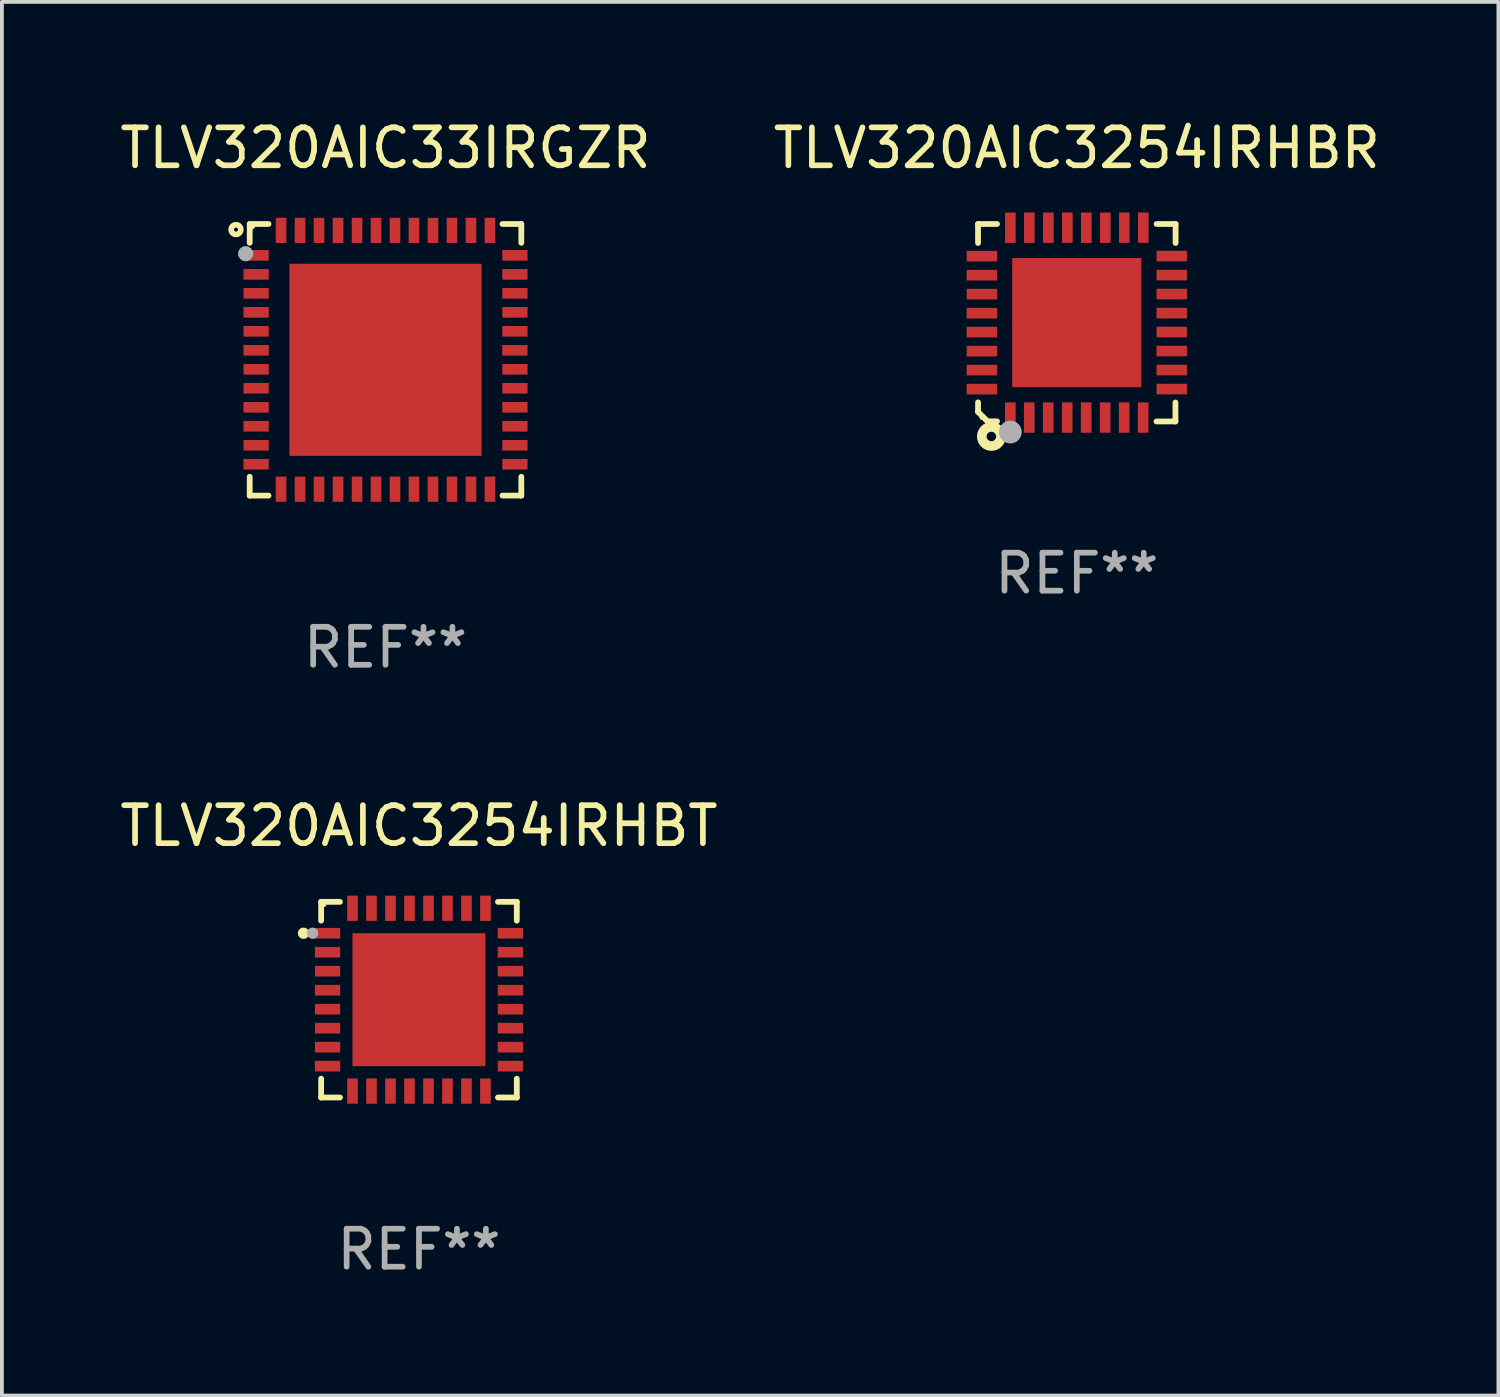
<source format=kicad_pcb>
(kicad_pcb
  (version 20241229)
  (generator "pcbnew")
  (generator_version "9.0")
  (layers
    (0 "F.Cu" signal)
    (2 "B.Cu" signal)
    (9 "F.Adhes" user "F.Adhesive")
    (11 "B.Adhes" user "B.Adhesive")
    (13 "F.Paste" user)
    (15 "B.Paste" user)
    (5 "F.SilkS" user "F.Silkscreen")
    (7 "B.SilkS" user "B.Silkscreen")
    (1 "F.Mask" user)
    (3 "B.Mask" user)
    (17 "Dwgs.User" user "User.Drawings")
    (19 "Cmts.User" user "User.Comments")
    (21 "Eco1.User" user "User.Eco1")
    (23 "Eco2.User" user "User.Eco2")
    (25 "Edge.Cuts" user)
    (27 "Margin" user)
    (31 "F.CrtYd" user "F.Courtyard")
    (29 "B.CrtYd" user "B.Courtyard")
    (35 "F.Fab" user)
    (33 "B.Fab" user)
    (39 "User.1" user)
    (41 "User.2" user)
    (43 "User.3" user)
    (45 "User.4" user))
  (footprint "TLV320AIC3254IRHBT"
    (layer "F.Cu")
    (at 7.982 23.273)
    (property "Reference" "TLV320AIC3254IRHBT" (at 0 -4.576 0) (layer "F.SilkS") (effects (font (size 1 1) (thickness 0.15))))
    (attr through_hole)
    (fp_line (start -2.576 -2.576) (end -2.576 -2.08) (stroke (width 0.152) (type solid)) (layer "F.SilkS"))
    (fp_line (start -2.576 2.576) (end -2.576 2.08) (stroke (width 0.152) (type solid)) (layer "F.SilkS"))
    (fp_line (start -2.08 -2.576) (end -2.576 -2.576) (stroke (width 0.152) (type solid)) (layer "F.SilkS"))
    (fp_line (start -2.08 2.576) (end -2.576 2.576) (stroke (width 0.152) (type solid)) (layer "F.SilkS"))
    (fp_line (start 2.08 -2.576) (end 2.576 -2.576) (stroke (width 0.152) (type solid)) (layer "F.SilkS"))
    (fp_line (start 2.08 2.576) (end 2.576 2.576) (stroke (width 0.152) (type solid)) (layer "F.SilkS"))
    (fp_line (start 2.576 -2.576) (end 2.576 -2.08) (stroke (width 0.152) (type solid)) (layer "F.SilkS"))
    (fp_line (start 2.576 2.576) (end 2.576 2.08) (stroke (width 0.152) (type solid)) (layer "F.SilkS"))
    (fp_circle (center -3.04 -1.75) (end -2.965 -1.75) (stroke (width 0.15) (type solid)) (fill no) (layer "F.SilkS"))
    (fp_circle (center -2.5 -2.5) (end -2.47 -2.5) (stroke (width 0.06) (type solid)) (fill no) (layer "F.SilkS"))
    (fp_circle (center -2.8 -1.75) (end -2.725 -1.75) (stroke (width 0.15) (type solid)) (fill no) (layer "F.Fab"))
    (fp_text user "REF**" (at 0 6.576 0) (layer "F.Fab") (effects (font (size 1 1) (thickness 0.15))))
    (pad "1" smd rect (at -2.407 -1.75) (size 0.665 0.28) (layers "F.Cu" "F.Mask" "F.Paste"))
    (pad "2" smd rect (at -2.407 -1.25) (size 0.665 0.28) (layers "F.Cu" "F.Mask" "F.Paste"))
    (pad "3" smd rect (at -2.407 -0.75) (size 0.665 0.28) (layers "F.Cu" "F.Mask" "F.Paste"))
    (pad "4" smd rect (at -2.407 -0.25) (size 0.665 0.28) (layers "F.Cu" "F.Mask" "F.Paste"))
    (pad "5" smd rect (at -2.407 0.25) (size 0.665 0.28) (layers "F.Cu" "F.Mask" "F.Paste"))
    (pad "6" smd rect (at -2.407 0.75) (size 0.665 0.28) (layers "F.Cu" "F.Mask" "F.Paste"))
    (pad "7" smd rect (at -2.407 1.25) (size 0.665 0.28) (layers "F.Cu" "F.Mask" "F.Paste"))
    (pad "8" smd rect (at -2.407 1.75) (size 0.665 0.28) (layers "F.Cu" "F.Mask" "F.Paste"))
    (pad "9" smd rect (at -1.75 2.407) (size 0.28 0.665) (layers "F.Cu" "F.Mask" "F.Paste"))
    (pad "10" smd rect (at -1.25 2.407) (size 0.28 0.665) (layers "F.Cu" "F.Mask" "F.Paste"))
    (pad "11" smd rect (at -0.75 2.407) (size 0.28 0.665) (layers "F.Cu" "F.Mask" "F.Paste"))
    (pad "12" smd rect (at -0.25 2.407) (size 0.28 0.665) (layers "F.Cu" "F.Mask" "F.Paste"))
    (pad "13" smd rect (at 0.25 2.407) (size 0.28 0.665) (layers "F.Cu" "F.Mask" "F.Paste"))
    (pad "14" smd rect (at 0.75 2.407) (size 0.28 0.665) (layers "F.Cu" "F.Mask" "F.Paste"))
    (pad "15" smd rect (at 1.25 2.407) (size 0.28 0.665) (layers "F.Cu" "F.Mask" "F.Paste"))
    (pad "16" smd rect (at 1.75 2.407) (size 0.28 0.665) (layers "F.Cu" "F.Mask" "F.Paste"))
    (pad "17" smd rect (at 2.407 1.75) (size 0.665 0.28) (layers "F.Cu" "F.Mask" "F.Paste"))
    (pad "18" smd rect (at 2.407 1.25) (size 0.665 0.28) (layers "F.Cu" "F.Mask" "F.Paste"))
    (pad "19" smd rect (at 2.407 0.75) (size 0.665 0.28) (layers "F.Cu" "F.Mask" "F.Paste"))
    (pad "20" smd rect (at 2.407 0.25) (size 0.665 0.28) (layers "F.Cu" "F.Mask" "F.Paste"))
    (pad "21" smd rect (at 2.407 -0.25) (size 0.665 0.28) (layers "F.Cu" "F.Mask" "F.Paste"))
    (pad "22" smd rect (at 2.407 -0.75) (size 0.665 0.28) (layers "F.Cu" "F.Mask" "F.Paste"))
    (pad "23" smd rect (at 2.407 -1.25) (size 0.665 0.28) (layers "F.Cu" "F.Mask" "F.Paste"))
    (pad "24" smd rect (at 2.407 -1.75) (size 0.665 0.28) (layers "F.Cu" "F.Mask" "F.Paste"))
    (pad "25" smd rect (at 1.75 -2.407) (size 0.28 0.665) (layers "F.Cu" "F.Mask" "F.Paste"))
    (pad "26" smd rect (at 1.25 -2.407) (size 0.28 0.665) (layers "F.Cu" "F.Mask" "F.Paste"))
    (pad "27" smd rect (at 0.75 -2.407) (size 0.28 0.665) (layers "F.Cu" "F.Mask" "F.Paste"))
    (pad "28" smd rect (at 0.25 -2.407) (size 0.28 0.665) (layers "F.Cu" "F.Mask" "F.Paste"))
    (pad "29" smd rect (at -0.25 -2.407) (size 0.28 0.665) (layers "F.Cu" "F.Mask" "F.Paste"))
    (pad "30" smd rect (at -0.75 -2.407) (size 0.28 0.665) (layers "F.Cu" "F.Mask" "F.Paste"))
    (pad "31" smd rect (at -1.25 -2.407) (size 0.28 0.665) (layers "F.Cu" "F.Mask" "F.Paste"))
    (pad "32" smd rect (at -1.75 -2.407) (size 0.28 0.665) (layers "F.Cu" "F.Mask" "F.Paste"))
    (pad "33" smd rect (at 0 0) (size 3.5 3.5) (layers "F.Cu" "F.Mask" "F.Paste")))
  (footprint "TLV320AIC3254IRHBR"
    (layer "F.Cu")
    (at 25.304 5.448)
    (property "Reference" "TLV320AIC3254IRHBR" (at 0 -4.6 0) (layer "F.SilkS") (effects (font (size 1 1) (thickness 0.15))))
    (attr through_hole)
    (fp_line (start -2.601 2.097) (end -2.601 2.347) (stroke (width 0.152) (type solid)) (layer "F.SilkS"))
    (fp_line (start -2.601 2.347) (end -2.351 2.597) (stroke (width 0.152) (type solid)) (layer "F.SilkS"))
    (fp_line (start -2.601 -2.6) (end -2.601 -2.1) (stroke (width 0.152) (type solid)) (layer "F.SilkS"))
    (fp_line (start -2.601 -2.6) (end -2.101 -2.6) (stroke (width 0.152) (type solid)) (layer "F.SilkS"))
    (fp_line (start -2.351 2.597) (end -2.101 2.597) (stroke (width 0.152) (type solid)) (layer "F.SilkS"))
    (fp_line (start 2.597 2.6) (end 2.097 2.6) (stroke (width 0.152) (type solid)) (layer "F.SilkS"))
    (fp_line (start 2.597 2.6) (end 2.597 2.1) (stroke (width 0.152) (type solid)) (layer "F.SilkS"))
    (fp_line (start 2.601 -2.6) (end 2.101 -2.6) (stroke (width 0.152) (type solid)) (layer "F.SilkS"))
    (fp_line (start 2.601 -2.6) (end 2.601 -2.1) (stroke (width 0.152) (type solid)) (layer "F.SilkS"))
    (fp_circle (center -2.501 2.497) (end -2.471 2.497) (stroke (width 0.06) (type solid)) (fill no) (layer "F.SilkS"))
    (fp_circle (center -2.25 2.995) (end -2.125 2.995) (stroke (width 0.254) (type solid)) (fill no) (layer "F.SilkS"))
    (fp_circle (center -1.751 2.878) (end -1.601 2.878) (stroke (width 0.3) (type solid)) (fill no) (layer "F.Fab"))
    (fp_text user "REF**" (at 0 6.6 0) (layer "F.Fab") (effects (font (size 1 1) (thickness 0.15))))
    (pad "1" smd rect (at -1.751 2.497) (size 0.28 0.8) (layers "F.Cu" "F.Mask" "F.Paste"))
    (pad "2" smd rect (at -1.253 2.497) (size 0.28 0.8) (layers "F.Cu" "F.Mask" "F.Paste"))
    (pad "3" smd rect (at -0.753 2.497) (size 0.28 0.8) (layers "F.Cu" "F.Mask" "F.Paste"))
    (pad "4" smd rect (at -0.253 2.497) (size 0.28 0.8) (layers "F.Cu" "F.Mask" "F.Paste"))
    (pad "5" smd rect (at 0.247 2.497) (size 0.28 0.8) (layers "F.Cu" "F.Mask" "F.Paste"))
    (pad "6" smd rect (at 0.747 2.497) (size 0.28 0.8) (layers "F.Cu" "F.Mask" "F.Paste"))
    (pad "7" smd rect (at 1.247 2.497) (size 0.28 0.8) (layers "F.Cu" "F.Mask" "F.Paste"))
    (pad "8" smd rect (at 1.747 2.497) (size 0.28 0.8) (layers "F.Cu" "F.Mask" "F.Paste"))
    (pad "9" smd rect (at 2.499 1.746) (size 0.8 0.28) (layers "F.Cu" "F.Mask" "F.Paste"))
    (pad "10" smd rect (at 2.499 1.245) (size 0.8 0.28) (layers "F.Cu" "F.Mask" "F.Paste"))
    (pad "11" smd rect (at 2.499 0.746) (size 0.8 0.28) (layers "F.Cu" "F.Mask" "F.Paste"))
    (pad "12" smd rect (at 2.499 0.245) (size 0.8 0.28) (layers "F.Cu" "F.Mask" "F.Paste"))
    (pad "13" smd rect (at 2.499 -0.254) (size 0.8 0.28) (layers "F.Cu" "F.Mask" "F.Paste"))
    (pad "14" smd rect (at 2.499 -0.755) (size 0.8 0.28) (layers "F.Cu" "F.Mask" "F.Paste"))
    (pad "15" smd rect (at 2.499 -1.254) (size 0.8 0.28) (layers "F.Cu" "F.Mask" "F.Paste"))
    (pad "16" smd rect (at 2.499 -1.755) (size 0.8 0.28) (layers "F.Cu" "F.Mask" "F.Paste"))
    (pad "17" smd rect (at 1.75 -2.502) (size 0.28 0.8) (layers "F.Cu" "F.Mask" "F.Paste"))
    (pad "18" smd rect (at 1.25 -2.502) (size 0.28 0.8) (layers "F.Cu" "F.Mask" "F.Paste"))
    (pad "19" smd rect (at 0.75 -2.502) (size 0.28 0.8) (layers "F.Cu" "F.Mask" "F.Paste"))
    (pad "20" smd rect (at 0.25 -2.502) (size 0.28 0.8) (layers "F.Cu" "F.Mask" "F.Paste"))
    (pad "21" smd rect (at -0.25 -2.502) (size 0.28 0.8) (layers "F.Cu" "F.Mask" "F.Paste"))
    (pad "22" smd rect (at -0.75 -2.502) (size 0.28 0.8) (layers "F.Cu" "F.Mask" "F.Paste"))
    (pad "23" smd rect (at -1.25 -2.502) (size 0.28 0.8) (layers "F.Cu" "F.Mask" "F.Paste"))
    (pad "24" smd rect (at -1.75 -2.502) (size 0.28 0.8) (layers "F.Cu" "F.Mask" "F.Paste"))
    (pad "25" smd rect (at -2.501 -1.753) (size 0.8 0.28) (layers "F.Cu" "F.Mask" "F.Paste"))
    (pad "26" smd rect (at -2.501 -1.252) (size 0.8 0.28) (layers "F.Cu" "F.Mask" "F.Paste"))
    (pad "27" smd rect (at -2.501 -0.753) (size 0.8 0.28) (layers "F.Cu" "F.Mask" "F.Paste"))
    (pad "28" smd rect (at -2.501 -0.252) (size 0.8 0.28) (layers "F.Cu" "F.Mask" "F.Paste"))
    (pad "29" smd rect (at -2.501 0.247) (size 0.8 0.28) (layers "F.Cu" "F.Mask" "F.Paste"))
    (pad "30" smd rect (at -2.501 0.748) (size 0.8 0.28) (layers "F.Cu" "F.Mask" "F.Paste"))
    (pad "31" smd rect (at -2.501 1.247) (size 0.8 0.28) (layers "F.Cu" "F.Mask" "F.Paste"))
    (pad "32" smd rect (at -2.501 1.748) (size 0.8 0.28) (layers "F.Cu" "F.Mask" "F.Paste"))
    (pad "33" smd rect (at -0.001 -0.003 180) (size 3.4 3.4) (layers "F.Cu" "F.Mask" "F.Paste")))
  (footprint "TLV320AIC33IRGZR"
    (layer "F.Cu")
    (at 7.101 6.424)
    (property "Reference" "TLV320AIC33IRGZR" (at 0 -5.576 0) (layer "F.SilkS") (effects (font (size 1 1) (thickness 0.15))))
    (attr through_hole)
    (fp_line (start -3.576 -3.576) (end -3.576 -3.08) (stroke (width 0.152) (type solid)) (layer "F.SilkS"))
    (fp_line (start -3.576 3.576) (end -3.576 3.08) (stroke (width 0.152) (type solid)) (layer "F.SilkS"))
    (fp_line (start -3.08 -3.576) (end -3.576 -3.576) (stroke (width 0.152) (type solid)) (layer "F.SilkS"))
    (fp_line (start -3.08 3.576) (end -3.576 3.576) (stroke (width 0.152) (type solid)) (layer "F.SilkS"))
    (fp_line (start 3.08 -3.576) (end 3.576 -3.576) (stroke (width 0.152) (type solid)) (layer "F.SilkS"))
    (fp_line (start 3.08 3.576) (end 3.576 3.576) (stroke (width 0.152) (type solid)) (layer "F.SilkS"))
    (fp_line (start 3.576 -3.576) (end 3.576 -3.08) (stroke (width 0.152) (type solid)) (layer "F.SilkS"))
    (fp_line (start 3.576 3.576) (end 3.576 3.08) (stroke (width 0.152) (type solid)) (layer "F.SilkS"))
    (fp_circle (center -3.937 -3.429) (end -3.81 -3.429) (stroke (width 0.15) (type solid)) (fill no) (layer "F.SilkS"))
    (fp_circle (center -3.5 -3.5) (end -3.47 -3.5) (stroke (width 0.06) (type solid)) (fill no) (layer "F.SilkS"))
    (fp_circle (center -3.683 -2.794) (end -3.583 -2.794) (stroke (width 0.2) (type solid)) (fill no) (layer "F.Fab"))
    (fp_text user "REF**" (at 0 7.576 0) (layer "F.Fab") (effects (font (size 1 1) (thickness 0.15))))
    (pad "1" smd rect (at -3.407 -2.75) (size 0.665 0.28) (layers "F.Cu" "F.Mask" "F.Paste"))
    (pad "2" smd rect (at -3.407 -2.25) (size 0.665 0.28) (layers "F.Cu" "F.Mask" "F.Paste"))
    (pad "3" smd rect (at -3.407 -1.75) (size 0.665 0.28) (layers "F.Cu" "F.Mask" "F.Paste"))
    (pad "4" smd rect (at -3.407 -1.25) (size 0.665 0.28) (layers "F.Cu" "F.Mask" "F.Paste"))
    (pad "5" smd rect (at -3.407 -0.75) (size 0.665 0.28) (layers "F.Cu" "F.Mask" "F.Paste"))
    (pad "6" smd rect (at -3.407 -0.25) (size 0.665 0.28) (layers "F.Cu" "F.Mask" "F.Paste"))
    (pad "7" smd rect (at -3.407 0.25) (size 0.665 0.28) (layers "F.Cu" "F.Mask" "F.Paste"))
    (pad "8" smd rect (at -3.407 0.75) (size 0.665 0.28) (layers "F.Cu" "F.Mask" "F.Paste"))
    (pad "9" smd rect (at -3.407 1.25) (size 0.665 0.28) (layers "F.Cu" "F.Mask" "F.Paste"))
    (pad "10" smd rect (at -3.407 1.75) (size 0.665 0.28) (layers "F.Cu" "F.Mask" "F.Paste"))
    (pad "11" smd rect (at -3.407 2.25) (size 0.665 0.28) (layers "F.Cu" "F.Mask" "F.Paste"))
    (pad "12" smd rect (at -3.407 2.75) (size 0.665 0.28) (layers "F.Cu" "F.Mask" "F.Paste"))
    (pad "13" smd rect (at -2.75 3.407) (size 0.28 0.665) (layers "F.Cu" "F.Mask" "F.Paste"))
    (pad "14" smd rect (at -2.25 3.407) (size 0.28 0.665) (layers "F.Cu" "F.Mask" "F.Paste"))
    (pad "15" smd rect (at -1.75 3.407) (size 0.28 0.665) (layers "F.Cu" "F.Mask" "F.Paste"))
    (pad "16" smd rect (at -1.25 3.407) (size 0.28 0.665) (layers "F.Cu" "F.Mask" "F.Paste"))
    (pad "17" smd rect (at -0.75 3.407) (size 0.28 0.665) (layers "F.Cu" "F.Mask" "F.Paste"))
    (pad "18" smd rect (at -0.25 3.407) (size 0.28 0.665) (layers "F.Cu" "F.Mask" "F.Paste"))
    (pad "19" smd rect (at 0.25 3.407) (size 0.28 0.665) (layers "F.Cu" "F.Mask" "F.Paste"))
    (pad "20" smd rect (at 0.75 3.407) (size 0.28 0.665) (layers "F.Cu" "F.Mask" "F.Paste"))
    (pad "21" smd rect (at 1.25 3.407) (size 0.28 0.665) (layers "F.Cu" "F.Mask" "F.Paste"))
    (pad "22" smd rect (at 1.75 3.407) (size 0.28 0.665) (layers "F.Cu" "F.Mask" "F.Paste"))
    (pad "23" smd rect (at 2.25 3.407) (size 0.28 0.665) (layers "F.Cu" "F.Mask" "F.Paste"))
    (pad "24" smd rect (at 2.75 3.407) (size 0.28 0.665) (layers "F.Cu" "F.Mask" "F.Paste"))
    (pad "25" smd rect (at 3.407 2.75) (size 0.665 0.28) (layers "F.Cu" "F.Mask" "F.Paste"))
    (pad "26" smd rect (at 3.407 2.25) (size 0.665 0.28) (layers "F.Cu" "F.Mask" "F.Paste"))
    (pad "27" smd rect (at 3.407 1.75) (size 0.665 0.28) (layers "F.Cu" "F.Mask" "F.Paste"))
    (pad "28" smd rect (at 3.407 1.25) (size 0.665 0.28) (layers "F.Cu" "F.Mask" "F.Paste"))
    (pad "29" smd rect (at 3.407 0.75) (size 0.665 0.28) (layers "F.Cu" "F.Mask" "F.Paste"))
    (pad "30" smd rect (at 3.407 0.25) (size 0.665 0.28) (layers "F.Cu" "F.Mask" "F.Paste"))
    (pad "31" smd rect (at 3.407 -0.25) (size 0.665 0.28) (layers "F.Cu" "F.Mask" "F.Paste"))
    (pad "32" smd rect (at 3.407 -0.75) (size 0.665 0.28) (layers "F.Cu" "F.Mask" "F.Paste"))
    (pad "33" smd rect (at 3.407 -1.25) (size 0.665 0.28) (layers "F.Cu" "F.Mask" "F.Paste"))
    (pad "34" smd rect (at 3.407 -1.75) (size 0.665 0.28) (layers "F.Cu" "F.Mask" "F.Paste"))
    (pad "35" smd rect (at 3.407 -2.25) (size 0.665 0.28) (layers "F.Cu" "F.Mask" "F.Paste"))
    (pad "36" smd rect (at 3.407 -2.75) (size 0.665 0.28) (layers "F.Cu" "F.Mask" "F.Paste"))
    (pad "37" smd rect (at 2.75 -3.407) (size 0.28 0.665) (layers "F.Cu" "F.Mask" "F.Paste"))
    (pad "38" smd rect (at 2.25 -3.407) (size 0.28 0.665) (layers "F.Cu" "F.Mask" "F.Paste"))
    (pad "39" smd rect (at 1.75 -3.407) (size 0.28 0.665) (layers "F.Cu" "F.Mask" "F.Paste"))
    (pad "40" smd rect (at 1.25 -3.407) (size 0.28 0.665) (layers "F.Cu" "F.Mask" "F.Paste"))
    (pad "41" smd rect (at 0.75 -3.407) (size 0.28 0.665) (layers "F.Cu" "F.Mask" "F.Paste"))
    (pad "42" smd rect (at 0.25 -3.407) (size 0.28 0.665) (layers "F.Cu" "F.Mask" "F.Paste"))
    (pad "43" smd rect (at -0.25 -3.407) (size 0.28 0.665) (layers "F.Cu" "F.Mask" "F.Paste"))
    (pad "44" smd rect (at -0.75 -3.407) (size 0.28 0.665) (layers "F.Cu" "F.Mask" "F.Paste"))
    (pad "45" smd rect (at -1.25 -3.407) (size 0.28 0.665) (layers "F.Cu" "F.Mask" "F.Paste"))
    (pad "46" smd rect (at -1.75 -3.407) (size 0.28 0.665) (layers "F.Cu" "F.Mask" "F.Paste"))
    (pad "47" smd rect (at -2.25 -3.407) (size 0.28 0.665) (layers "F.Cu" "F.Mask" "F.Paste"))
    (pad "48" smd rect (at -2.75 -3.407) (size 0.28 0.665) (layers "F.Cu" "F.Mask" "F.Paste"))
    (pad "49" smd rect (at 0 0) (size 5.06 5.06) (layers "F.Cu" "F.Mask" "F.Paste")))
  (gr_rect
    (start -3 -3)
    (end 36.405 33.698)
    (stroke (width 0.1) (type default))
    (fill no)
    (layer "Edge.Cuts")))
</source>
